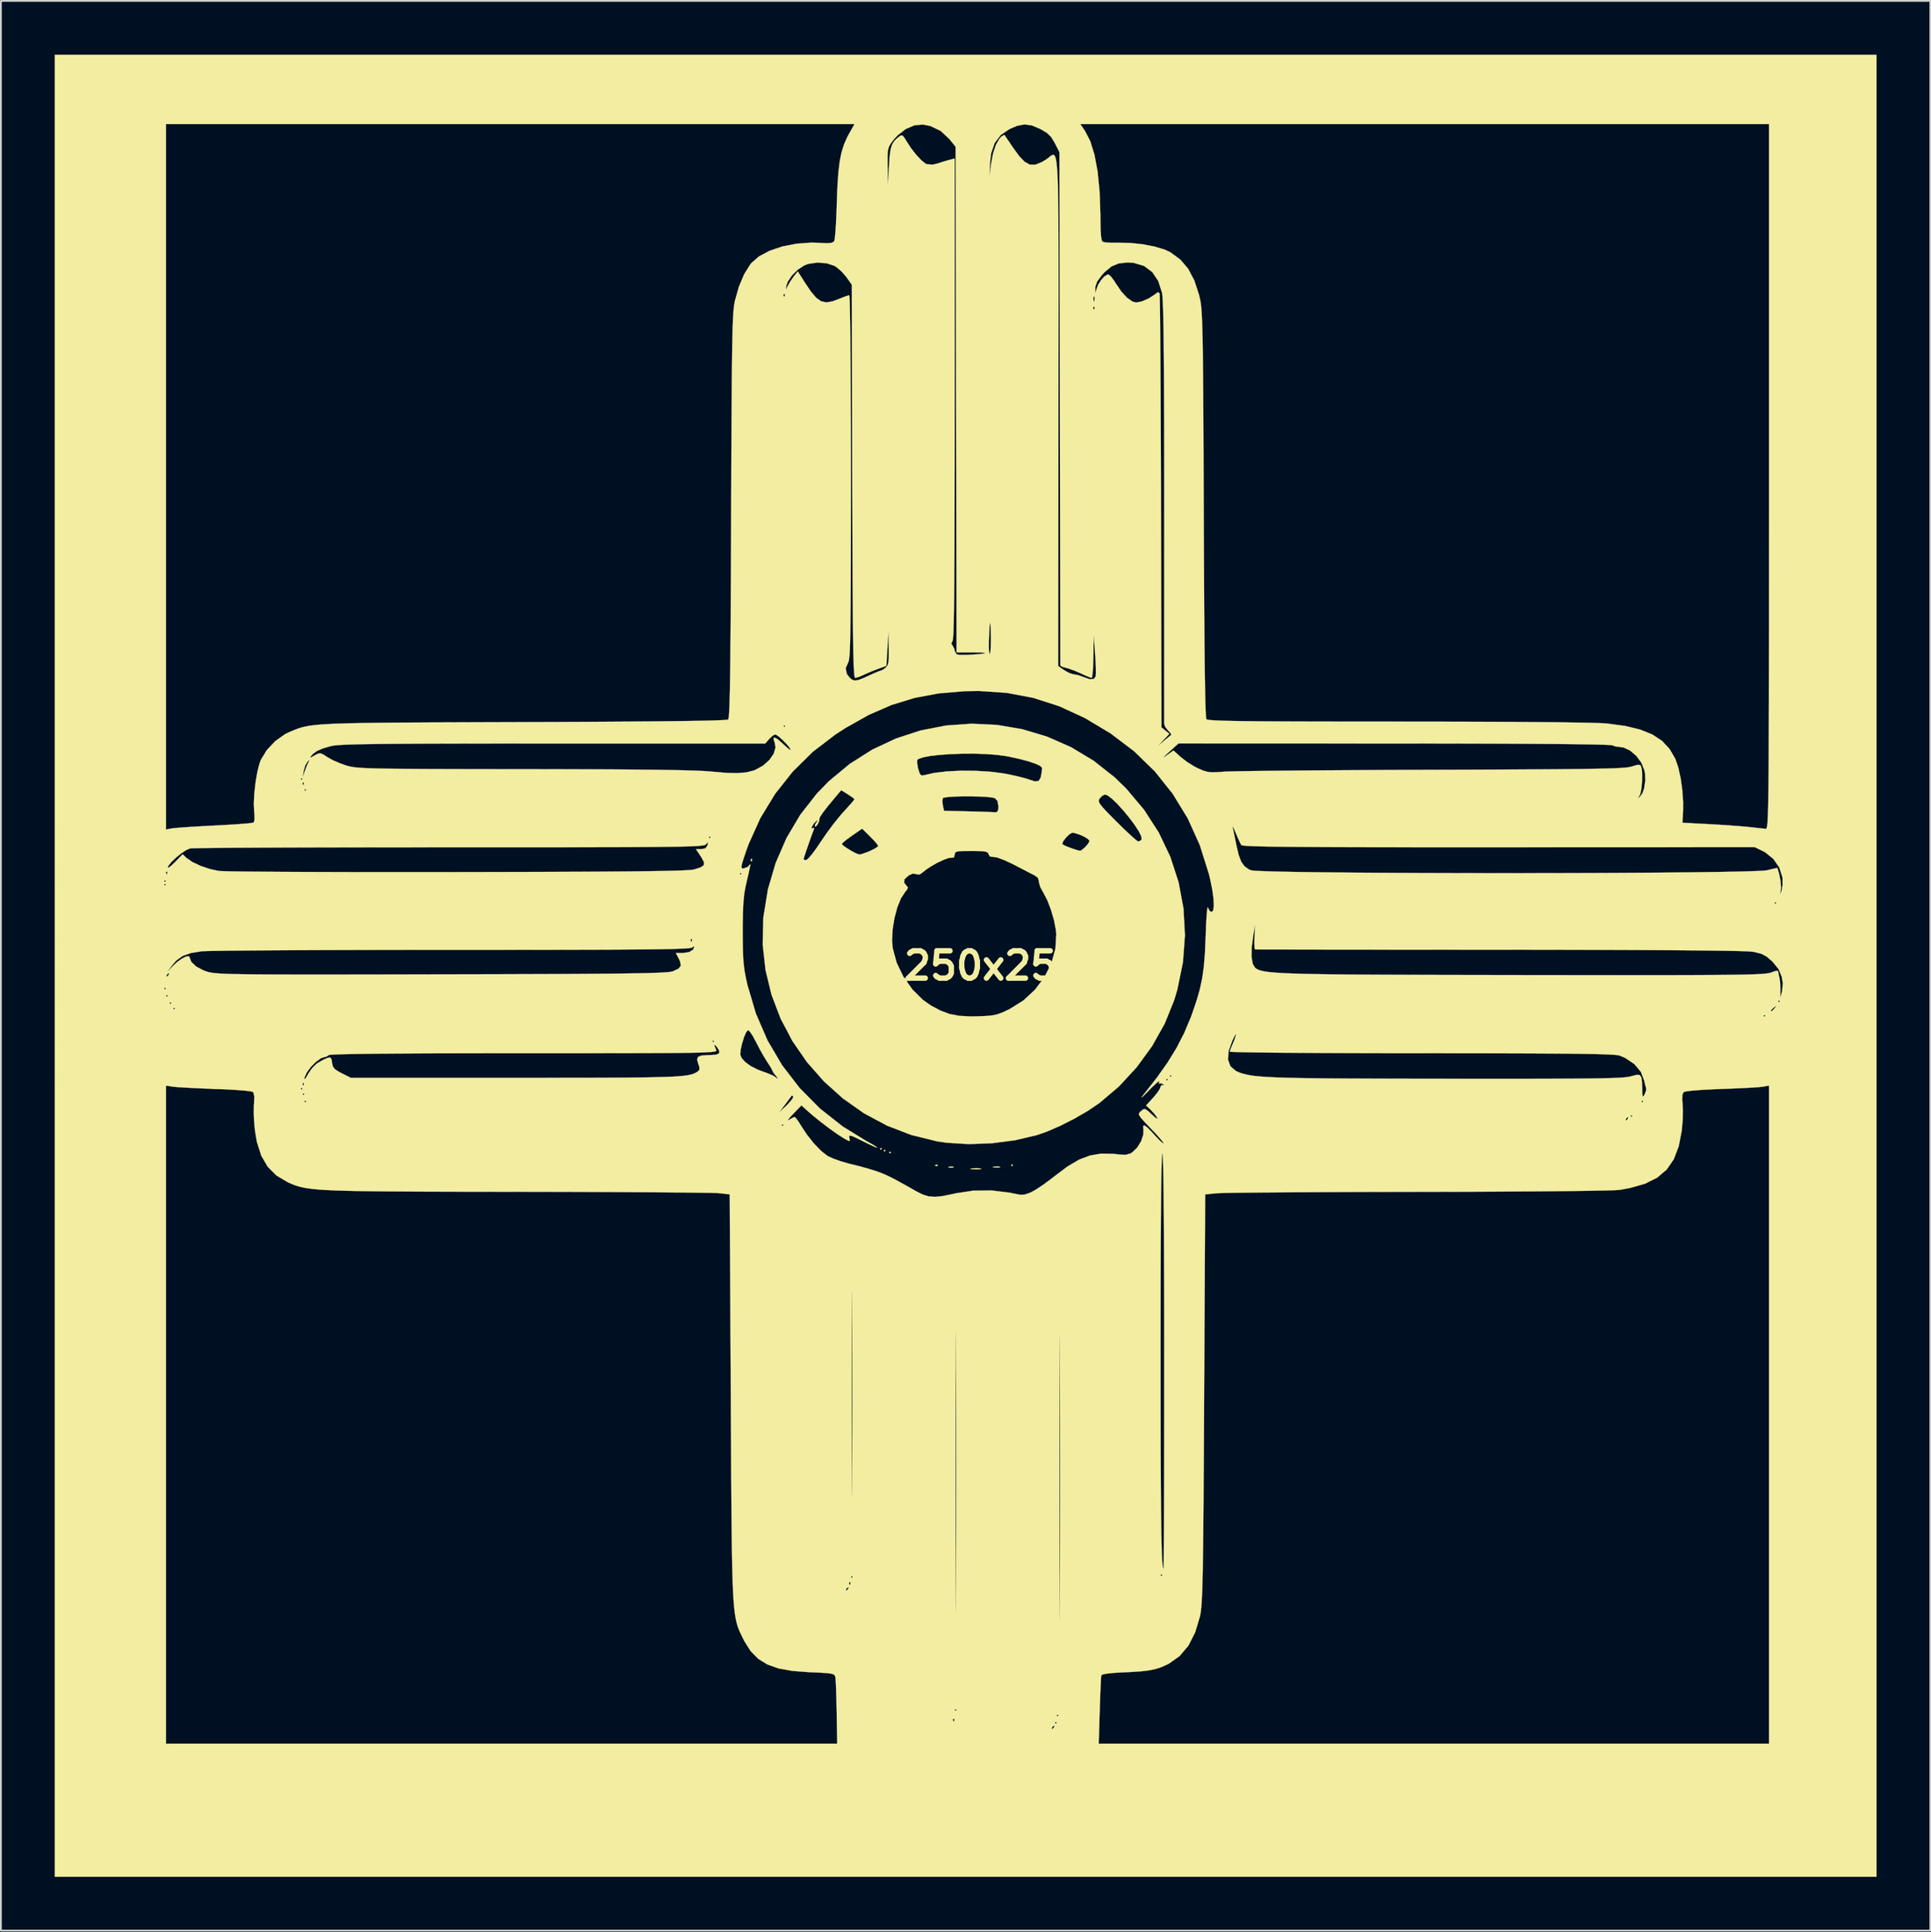
<source format=kicad_pcb>
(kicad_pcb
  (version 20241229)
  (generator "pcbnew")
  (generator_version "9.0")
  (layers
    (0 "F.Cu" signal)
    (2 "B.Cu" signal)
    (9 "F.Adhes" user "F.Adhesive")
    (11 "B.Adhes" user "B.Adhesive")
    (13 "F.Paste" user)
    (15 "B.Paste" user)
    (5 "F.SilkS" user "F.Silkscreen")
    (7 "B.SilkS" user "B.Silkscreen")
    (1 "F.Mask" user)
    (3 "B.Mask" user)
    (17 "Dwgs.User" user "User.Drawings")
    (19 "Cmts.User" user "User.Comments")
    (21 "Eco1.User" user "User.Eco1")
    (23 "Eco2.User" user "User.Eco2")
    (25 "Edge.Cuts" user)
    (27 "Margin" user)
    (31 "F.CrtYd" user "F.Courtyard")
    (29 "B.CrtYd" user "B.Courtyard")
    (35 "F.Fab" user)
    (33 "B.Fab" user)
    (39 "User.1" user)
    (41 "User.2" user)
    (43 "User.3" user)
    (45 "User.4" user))
  (footprint "dczia_250x250_77"
    (layer "F.Cu")
    (at 50.805 50.805)
    (property "Reference" "dczia_250x250_77" (at 0 0 0) (layer "F.SilkS") (effects (font (size 1.524 1.524) (thickness 0.3))))
    (attr through_hole)
    (fp_poly (pts (xy -4.674 10.211) (xy -4.724 10.262) (xy -4.775 10.211) (xy -4.724 10.16) (xy -4.674 10.211)) (stroke (width 0.01) (type solid)) (fill yes) (layer "F.SilkS"))
    (fp_poly (pts (xy -4.47 10.312) (xy -4.521 10.363) (xy -4.572 10.312) (xy -4.521 10.262) (xy -4.47 10.312)) (stroke (width 0.01) (type solid)) (fill yes) (layer "F.SilkS"))
    (fp_poly (pts (xy -4.166 10.414) (xy -4.216 10.465) (xy -4.267 10.414) (xy -4.216 10.363) (xy -4.166 10.414)) (stroke (width 0.01) (type solid)) (fill yes) (layer "F.SilkS"))
    (fp_poly (pts (xy 2.642 11.125) (xy 2.591 11.176) (xy 2.54 11.125) (xy 2.591 11.074) (xy 2.642 11.125)) (stroke (width 0.01) (type solid)) (fill yes) (layer "F.SilkS"))
    (fp_poly (pts (xy -11.921 -5.961) (xy -11.909 -5.84) (xy -11.921 -5.825) (xy -11.981 -5.839) (xy -11.989 -5.893) (xy -11.952 -5.976) (xy -11.921 -5.961)) (stroke (width 0.01) (type solid)) (fill yes) (layer "F.SilkS"))
    (fp_poly (pts (xy -1.558 11.108) (xy -1.572 11.169) (xy -1.626 11.176) (xy -1.709 11.139) (xy -1.693 11.108) (xy -1.573 11.096) (xy -1.558 11.108)) (stroke (width 0.01) (type solid)) (fill yes) (layer "F.SilkS"))
    (fp_poly (pts (xy -0.686 11.21) (xy -0.673 11.247) (xy -0.813 11.262) (xy -0.957 11.246) (xy -0.94 11.21) (xy -0.732 11.197) (xy -0.686 11.21)) (stroke (width 0.01) (type solid)) (fill yes) (layer "F.SilkS"))
    (fp_poly (pts (xy 0.84 11.308) (xy 0.88 11.331) (xy 0.747 11.347) (xy 0.559 11.35) (xy 0.328 11.343) (xy 0.261 11.324) (xy 0.332 11.306) (xy 0.632 11.29) (xy 0.84 11.308)) (stroke (width 0.01) (type solid)) (fill yes) (layer "F.SilkS"))
    (fp_poly (pts (xy 1.905 11.208) (xy 1.937 11.237) (xy 1.796 11.253) (xy 1.727 11.254) (xy 1.542 11.243) (xy 1.521 11.217) (xy 1.549 11.208) (xy 1.807 11.192) (xy 1.905 11.208)) (stroke (width 0.01) (type solid)) (fill yes) (layer "F.SilkS"))
    (fp_poly (pts (xy 1.752 -13.431) (xy 3.163 -13.19) (xy 4.539 -12.779) (xy 5.865 -12.196) (xy 7.123 -11.444) (xy 8.295 -10.522) (xy 8.947 -9.891) (xy 9.95 -8.701) (xy 10.775 -7.422) (xy 11.419 -6.068) (xy 11.879 -4.652) (xy 12.151 -3.191) (xy 12.232 -1.697) (xy 12.119 -0.187) (xy 11.809 1.327) (xy 11.626 1.938) (xy 11.103 3.229) (xy 10.401 4.48) (xy 9.543 5.657) (xy 8.554 6.728) (xy 7.468 7.651) (xy 6.822 8.088) (xy 6.073 8.523) (xy 5.286 8.922) (xy 4.529 9.251) (xy 3.968 9.446) (xy 2.757 9.731) (xy 1.471 9.899) (xy 0.176 9.947) (xy -1.06 9.87) (xy -1.575 9.795) (xy -3.019 9.442) (xy -4.386 8.916) (xy -5.663 8.232) (xy -6.84 7.404) (xy -7.905 6.447) (xy -8.848 5.376) (xy -9.656 4.206) (xy -10.318 2.95) (xy -10.824 1.623) (xy -11.161 0.24) (xy -11.318 -1.184) (xy -11.313 -1.402) (xy -4.102 -1.402) (xy -4.065 -0.974) (xy -3.846 -0.168) (xy -3.47 0.613) (xy -2.968 1.322) (xy -2.373 1.911) (xy -1.935 2.217) (xy -1.391 2.505) (xy -0.89 2.692) (xy -0.363 2.793) (xy 0.259 2.825) (xy 0.617 2.821) (xy 1.115 2.803) (xy 1.476 2.77) (xy 1.766 2.709) (xy 2.053 2.604) (xy 2.402 2.44) (xy 2.46 2.412) (xy 3.217 1.939) (xy 3.868 1.337) (xy 4.395 0.635) (xy 4.781 -0.135) (xy 5.007 -0.943) (xy 5.056 -1.758) (xy 5.035 -1.981) (xy 4.93 -2.534) (xy 4.76 -3.12) (xy 4.552 -3.662) (xy 4.332 -4.084) (xy 4.313 -4.113) (xy 4.163 -4.39) (xy 4.092 -4.639) (xy 4.091 -4.694) (xy 4.032 -4.906) (xy 3.835 -5.047) (xy 3.526 -5.202) (xy 3.277 -5.333) (xy 2.632 -5.668) (xy 2.118 -5.906) (xy 1.749 -6.041) (xy 1.535 -6.069) (xy 1.53 -6.068) (xy 1.351 -6.095) (xy 1.288 -6.209) (xy 1.243 -6.301) (xy 1.139 -6.358) (xy 0.935 -6.388) (xy 0.592 -6.4) (xy 0.314 -6.401) (xy -0.122 -6.398) (xy -0.394 -6.383) (xy -0.54 -6.347) (xy -0.599 -6.281) (xy -0.61 -6.187) (xy -0.656 -6.03) (xy -0.756 -6.029) (xy -0.929 -6.014) (xy -1.216 -5.913) (xy -1.561 -5.752) (xy -1.91 -5.558) (xy -2.209 -5.359) (xy -2.337 -5.252) (xy -2.551 -5.093) (xy -2.718 -5.092) (xy -2.751 -5.11) (xy -2.948 -5.142) (xy -3.183 -5.031) (xy -3.408 -4.826) (xy -3.431 -4.63) (xy -3.306 -4.474) (xy -3.219 -4.364) (xy -3.271 -4.237) (xy -3.357 -4.138) (xy -3.601 -3.77) (xy -3.81 -3.256) (xy -3.972 -2.653) (xy -4.073 -2.016) (xy -4.102 -1.402) (xy -11.313 -1.402) (xy -11.285 -2.635) (xy -11.276 -2.729) (xy -11.027 -4.259) (xy -10.595 -5.731) (xy -10.507 -5.934) (xy -9.042 -5.934) (xy -8.96 -5.897) (xy -8.892 -5.893) (xy -8.781 -5.974) (xy -8.59 -6.194) (xy -8.346 -6.519) (xy -8.161 -6.792) (xy -6.908 -6.792) (xy -6.828 -6.704) (xy -6.63 -6.563) (xy -6.375 -6.408) (xy -6.128 -6.276) (xy -5.951 -6.205) (xy -5.927 -6.202) (xy -5.77 -6.237) (xy -5.503 -6.331) (xy -5.342 -6.397) (xy -5.075 -6.527) (xy -4.906 -6.639) (xy -4.877 -6.681) (xy -4.944 -6.791) (xy -4.949 -6.797) (xy 5.385 -6.797) (xy 5.471 -6.731) (xy 5.686 -6.633) (xy 5.964 -6.529) (xy 6.238 -6.443) (xy 6.394 -6.408) (xy 6.491 -6.465) (xy 6.664 -6.613) (xy 6.674 -6.622) (xy 6.839 -6.813) (xy 6.909 -6.965) (xy 6.909 -6.966) (xy 6.823 -7.07) (xy 6.61 -7.198) (xy 6.338 -7.319) (xy 6.076 -7.4) (xy 5.949 -7.417) (xy 5.8 -7.342) (xy 5.612 -7.165) (xy 5.452 -6.958) (xy 5.385 -6.797) (xy -4.949 -6.797) (xy -5.119 -6.993) (xy -5.325 -7.205) (xy -5.773 -7.645) (xy -6.34 -7.251) (xy -6.625 -7.045) (xy -6.828 -6.88) (xy -6.908 -6.792) (xy -6.908 -6.792) (xy -8.161 -6.792) (xy -8.084 -6.907) (xy -7.75 -7.395) (xy -7.376 -7.899) (xy -7.016 -8.347) (xy -6.812 -8.58) (xy -6.538 -8.879) (xy -6.328 -9.118) (xy -6.279 -9.178) (xy -1.298 -9.178) (xy -1.27 -8.941) (xy -1.204 -8.642) (xy 0.134 -8.61) (xy 0.649 -8.597) (xy 1.101 -8.583) (xy 1.445 -8.569) (xy 1.638 -8.558) (xy 1.651 -8.557) (xy 1.774 -8.586) (xy 1.824 -8.748) (xy 1.829 -8.886) (xy 1.783 -9.152) (xy 7.428 -9.152) (xy 7.489 -9.026) (xy 7.632 -8.845) (xy 7.877 -8.581) (xy 8.241 -8.21) (xy 8.416 -8.034) (xy 8.802 -7.653) (xy 9.146 -7.328) (xy 9.418 -7.084) (xy 9.591 -6.948) (xy 9.63 -6.928) (xy 9.776 -6.99) (xy 9.816 -7.056) (xy 9.791 -7.232) (xy 9.648 -7.515) (xy 9.416 -7.869) (xy 9.124 -8.26) (xy 8.8 -8.653) (xy 8.472 -9.014) (xy 8.17 -9.306) (xy 7.921 -9.496) (xy 7.776 -9.55) (xy 7.612 -9.474) (xy 7.482 -9.336) (xy 7.432 -9.247) (xy 7.428 -9.152) (xy 1.783 -9.152) (xy 1.775 -9.193) (xy 1.632 -9.344) (xy 1.455 -9.386) (xy 1.135 -9.418) (xy 0.717 -9.438) (xy 0.249 -9.447) (xy -0.226 -9.445) (xy -0.66 -9.431) (xy -1.008 -9.406) (xy -1.225 -9.37) (xy -1.272 -9.345) (xy -1.298 -9.178) (xy -6.279 -9.178) (xy -6.211 -9.262) (xy -6.198 -9.286) (xy -6.276 -9.361) (xy -6.472 -9.498) (xy -6.568 -9.56) (xy -6.939 -9.789) (xy -7.203 -9.477) (xy -7.65 -8.94) (xy -7.956 -8.547) (xy -8.121 -8.298) (xy -8.152 -8.202) (xy -8.169 -8.064) (xy -8.249 -7.894) (xy -8.347 -7.771) (xy -8.405 -7.761) (xy -8.395 -7.874) (xy -8.32 -7.993) (xy -8.247 -8.106) (xy -8.305 -8.091) (xy -8.453 -7.944) (xy -8.544 -7.805) (xy -8.607 -7.661) (xy -8.553 -7.66) (xy -8.527 -7.675) (xy -8.445 -7.694) (xy -8.479 -7.56) (xy -8.554 -7.366) (xy -8.661 -7.067) (xy -8.783 -6.721) (xy -8.9 -6.382) (xy -8.992 -6.106) (xy -9.039 -5.949) (xy -9.042 -5.934) (xy -10.507 -5.934) (xy -9.989 -7.126) (xy -9.219 -8.424) (xy -8.294 -9.607) (xy -7.631 -10.288) (xy -6.463 -11.257) (xy -6.35 -11.328) (xy -2.706 -11.328) (xy -2.665 -11.069) (xy -2.641 -10.97) (xy -2.557 -10.712) (xy -2.466 -10.61) (xy -2.325 -10.622) (xy -2.306 -10.628) (xy -1.754 -10.754) (xy -1.057 -10.837) (xy -0.266 -10.877) (xy 0.563 -10.871) (xy 1.38 -10.821) (xy 2.13 -10.725) (xy 2.388 -10.676) (xy 2.826 -10.579) (xy 3.214 -10.483) (xy 3.49 -10.403) (xy 3.556 -10.379) (xy 3.877 -10.278) (xy 4.073 -10.309) (xy 4.181 -10.485) (xy 4.204 -10.579) (xy 4.249 -10.846) (xy 4.267 -11.032) (xy 4.172 -11.136) (xy 3.908 -11.262) (xy 3.508 -11.397) (xy 3.003 -11.533) (xy 2.426 -11.658) (xy 2.235 -11.694) (xy 1.721 -11.762) (xy 1.12 -11.806) (xy 0.468 -11.826) (xy -0.202 -11.823) (xy -0.856 -11.8) (xy -1.461 -11.757) (xy -1.981 -11.697) (xy -2.384 -11.62) (xy -2.636 -11.529) (xy -2.695 -11.476) (xy -2.706 -11.328) (xy -6.35 -11.328) (xy -5.209 -12.052) (xy -3.886 -12.673) (xy -2.511 -13.121) (xy -1.102 -13.396) (xy 0.325 -13.499) (xy 1.752 -13.431)) (stroke (width 0.01) (type solid)) (fill yes) (layer "F.SilkS"))
    (fp_poly (pts (xy 50.8 50.8) (xy -50.8 50.8) (xy -50.8 43.383) (xy -44.602 43.383) (xy -25.883 43.383) (xy -7.163 43.383) (xy -7.163 43.383) (xy 7.424 43.383) (xy 44.806 43.383) (xy 44.806 6.683) (xy 44.475 6.744) (xy 44.272 6.767) (xy 43.903 6.793) (xy 43.408 6.82) (xy 42.823 6.846) (xy 42.187 6.87) (xy 42.164 6.87) (xy 41.543 6.896) (xy 40.988 6.927) (xy 40.533 6.963) (xy 40.212 7) (xy 40.057 7.036) (xy 40.052 7.039) (xy 39.978 7.181) (xy 39.965 7.462) (xy 39.988 7.722) (xy 40.005 8.103) (xy 39.992 8.592) (xy 39.951 9.097) (xy 39.938 9.206) (xy 39.769 10.076) (xy 39.495 10.792) (xy 39.099 11.368) (xy 38.568 11.818) (xy 37.886 12.157) (xy 37.039 12.398) (xy 36.474 12.498) (xy 36.275 12.512) (xy 35.886 12.526) (xy 35.318 12.539) (xy 34.586 12.552) (xy 33.7 12.563) (xy 32.675 12.574) (xy 31.523 12.583) (xy 30.256 12.591) (xy 28.888 12.598) (xy 27.43 12.604) (xy 25.896 12.607) (xy 25.248 12.608) (xy 23.785 12.611) (xy 22.369 12.614) (xy 21.016 12.619) (xy 19.738 12.625) (xy 18.552 12.631) (xy 17.471 12.638) (xy 16.509 12.645) (xy 15.682 12.653) (xy 15.004 12.662) (xy 14.488 12.671) (xy 14.15 12.68) (xy 14.021 12.686) (xy 13.36 12.751) (xy 13.301 24.13) (xy 13.292 25.917) (xy 13.283 27.513) (xy 13.274 28.929) (xy 13.265 30.177) (xy 13.255 31.268) (xy 13.246 32.214) (xy 13.235 33.027) (xy 13.224 33.718) (xy 13.212 34.299) (xy 13.198 34.781) (xy 13.182 35.177) (xy 13.165 35.498) (xy 13.146 35.756) (xy 13.125 35.961) (xy 13.101 36.127) (xy 13.074 36.264) (xy 13.073 36.269) (xy 12.802 37.175) (xy 12.425 37.914) (xy 11.935 38.494) (xy 11.324 38.927) (xy 10.914 39.113) (xy 10.588 39.219) (xy 10.228 39.295) (xy 9.784 39.348) (xy 9.204 39.385) (xy 8.957 39.396) (xy 8.356 39.428) (xy 7.913 39.47) (xy 7.646 39.519) (xy 7.569 39.563) (xy 7.555 39.696) (xy 7.538 39.998) (xy 7.518 40.434) (xy 7.498 40.97) (xy 7.479 41.529) (xy 7.424 43.383) (xy -7.163 43.383) (xy -7.176 42.564) (xy 4.8 42.564) (xy 4.814 42.57) (xy 4.907 42.499) (xy 4.928 42.469) (xy 4.953 42.374) (xy 4.94 42.367) (xy 4.847 42.439) (xy 4.826 42.469) (xy 4.8 42.564) (xy -7.176 42.564) (xy -7.182 42.215) (xy 4.978 42.215) (xy 5.029 42.266) (xy 5.08 42.215) (xy 5.029 42.164) (xy 4.978 42.215) (xy -7.182 42.215) (xy -7.184 42.062) (xy -0.711 42.062) (xy -0.674 42.146) (xy -0.643 42.13) (xy -0.631 42.01) (xy -0.643 41.995) (xy -0.704 42.009) (xy -0.711 42.062) (xy -7.184 42.062) (xy -7.189 41.808) (xy 5.08 41.808) (xy 5.131 41.859) (xy 5.182 41.808) (xy 5.131 41.758) (xy 5.08 41.808) (xy -7.189 41.808) (xy -7.191 41.631) (xy -7.194 41.504) (xy -0.61 41.504) (xy -0.559 41.554) (xy -0.508 41.504) (xy -0.559 41.453) (xy -0.61 41.504) (xy -7.194 41.504) (xy -7.204 41.04) (xy -7.219 40.508) (xy -7.236 40.074) (xy -7.253 39.776) (xy -7.266 39.664) (xy -7.296 39.578) (xy -7.365 39.516) (xy -7.505 39.474) (xy -7.75 39.444) (xy -8.131 39.42) (xy -8.681 39.397) (xy -8.711 39.396) (xy -9.656 39.325) (xy -10.432 39.185) (xy -11.062 38.963) (xy -11.573 38.645) (xy -11.988 38.221) (xy -12.333 37.677) (xy -12.392 37.562) (xy -12.488 37.367) (xy -12.574 37.187) (xy -12.65 37.01) (xy -12.718 36.824) (xy -12.777 36.617) (xy -12.829 36.378) (xy -12.874 36.095) (xy -12.913 35.755) (xy -12.945 35.348) (xy -12.973 34.861) (xy -12.974 34.842) (xy -6.681 34.842) (xy -6.667 34.849) (xy -6.574 34.777) (xy -6.553 34.747) (xy -6.527 34.652) (xy -6.541 34.646) (xy -6.634 34.717) (xy -6.655 34.747) (xy -6.681 34.842) (xy -12.974 34.842) (xy -12.99 34.442) (xy -6.502 34.442) (xy -6.465 34.526) (xy -6.435 34.51) (xy -6.423 34.39) (xy -6.435 34.375) (xy -6.495 34.389) (xy -6.502 34.442) (xy -12.99 34.442) (xy -12.996 34.282) (xy -13.002 34.087) (xy -6.401 34.087) (xy -6.35 34.138) (xy -6.299 34.087) (xy -6.35 34.036) (xy -6.401 34.087) (xy -13.002 34.087) (xy -13.015 33.6) (xy -13.031 32.803) (xy -13.045 31.879) (xy -13.056 30.816) (xy -13.066 29.603) (xy -13.075 28.227) (xy -13.083 26.678) (xy -13.093 24.942) (xy -13.097 24.079) (xy -13.098 23.876) (xy -6.352 23.876) (xy -6.352 25.118) (xy -6.351 26.222) (xy -6.35 27.182) (xy -6.348 27.992) (xy -6.346 28.645) (xy -6.344 29.136) (xy -6.341 29.458) (xy -6.338 29.606) (xy -6.335 29.573) (xy -6.331 29.353) (xy -6.327 28.941) (xy -6.325 28.524) (xy -6.323 28.245) (xy -0.56 28.245) (xy -0.56 29.711) (xy -0.56 31.041) (xy -0.559 32.227) (xy -0.557 33.266) (xy -0.556 34.153) (xy -0.554 34.881) (xy -0.552 35.446) (xy -0.55 35.843) (xy -0.547 36.066) (xy -0.545 36.111) (xy -0.542 35.971) (xy -0.539 35.643) (xy -0.536 35.12) (xy -0.533 34.62) (xy -0.529 33.231) (xy -0.525 31.689) (xy -0.523 30.043) (xy -0.522 28.55) (xy 5.231 28.55) (xy 5.231 30.022) (xy 5.232 31.358) (xy 5.232 32.55) (xy 5.234 33.596) (xy 5.235 34.488) (xy 5.237 35.223) (xy 5.239 35.795) (xy 5.241 36.198) (xy 5.244 36.428) (xy 5.246 36.48) (xy 5.249 36.348) (xy 5.252 36.027) (xy 5.255 35.512) (xy 5.258 34.976) (xy 5.261 33.985) (xy 10.871 33.985) (xy 10.922 34.036) (xy 10.973 33.985) (xy 10.922 33.934) (xy 10.871 33.985) (xy 5.261 33.985) (xy 5.263 33.581) (xy 5.266 32.034) (xy 5.268 30.383) (xy 5.269 28.678) (xy 5.268 26.969) (xy 5.266 25.307) (xy 5.263 23.741) (xy 5.259 22.32) (xy 5.258 22.123) (xy 5.255 21.454) (xy 5.254 21.361) (xy 10.872 21.361) (xy 10.873 23.271) (xy 10.874 24.986) (xy 10.877 26.516) (xy 10.882 27.869) (xy 10.888 29.054) (xy 10.895 30.08) (xy 10.905 30.956) (xy 10.916 31.691) (xy 10.929 32.293) (xy 10.944 32.771) (xy 10.961 33.135) (xy 10.981 33.392) (xy 11.003 33.552) (xy 11.028 33.624) (xy 11.038 33.63) (xy 11.043 33.53) (xy 11.048 33.24) (xy 11.052 32.773) (xy 11.056 32.14) (xy 11.06 31.355) (xy 11.063 30.431) (xy 11.066 29.379) (xy 11.069 28.214) (xy 11.071 26.948) (xy 11.073 25.593) (xy 11.074 24.162) (xy 11.074 22.668) (xy 11.074 22.047) (xy 11.074 20.012) (xy 11.071 18.17) (xy 11.066 16.523) (xy 11.06 15.071) (xy 11.052 13.817) (xy 11.043 12.759) (xy 11.031 11.9) (xy 11.018 11.241) (xy 11.003 10.782) (xy 10.987 10.525) (xy 10.973 10.465) (xy 10.954 10.566) (xy 10.938 10.87) (xy 10.923 11.374) (xy 10.91 12.079) (xy 10.899 12.983) (xy 10.89 14.084) (xy 10.883 15.382) (xy 10.877 16.876) (xy 10.874 18.565) (xy 10.872 20.448) (xy 10.872 21.361) (xy 5.254 21.361) (xy 5.252 20.983) (xy 5.249 20.705) (xy 5.246 20.615) (xy 5.243 20.707) (xy 5.241 20.977) (xy 5.239 21.418) (xy 5.237 22.027) (xy 5.235 22.798) (xy 5.233 23.725) (xy 5.232 24.804) (xy 5.231 26.03) (xy 5.231 27.397) (xy 5.231 28.55) (xy -0.522 28.55) (xy -0.522 28.345) (xy -0.523 26.644) (xy -0.525 24.989) (xy -0.528 23.432) (xy -0.533 22.023) (xy -0.533 21.869) (xy -0.537 21.203) (xy -0.54 20.735) (xy -0.543 20.46) (xy -0.545 20.373) (xy -0.548 20.468) (xy -0.551 20.74) (xy -0.553 21.185) (xy -0.555 21.796) (xy -0.556 22.569) (xy -0.558 23.499) (xy -0.559 24.579) (xy -0.56 25.807) (xy -0.56 27.175) (xy -0.56 28.245) (xy -6.323 28.245) (xy -6.319 27.326) (xy -6.315 25.983) (xy -6.313 24.554) (xy -6.314 23.098) (xy -6.316 21.673) (xy -6.319 20.338) (xy -6.325 19.228) (xy -6.328 18.674) (xy -6.332 18.317) (xy -6.336 18.151) (xy -6.339 18.17) (xy -6.342 18.368) (xy -6.344 18.739) (xy -6.347 19.277) (xy -6.349 19.975) (xy -6.35 20.828) (xy -6.351 21.829) (xy -6.352 22.974) (xy -6.352 23.876) (xy -13.098 23.876) (xy -13.157 12.751) (xy -13.716 12.685) (xy -13.893 12.675) (xy -14.259 12.666) (xy -14.8 12.658) (xy -15.501 12.649) (xy -16.349 12.641) (xy -17.329 12.633) (xy -18.428 12.627) (xy -19.63 12.62) (xy -20.922 12.615) (xy -22.29 12.61) (xy -23.719 12.607) (xy -24.994 12.605) (xy -26.782 12.602) (xy -28.379 12.6) (xy -29.798 12.596) (xy -31.049 12.591) (xy -32.145 12.584) (xy -33.098 12.575) (xy -33.92 12.562) (xy -34.623 12.547) (xy -35.219 12.527) (xy -35.721 12.503) (xy -36.139 12.474) (xy -36.487 12.44) (xy -36.776 12.4) (xy -37.018 12.353) (xy -37.226 12.299) (xy -37.411 12.238) (xy -37.585 12.169) (xy -37.761 12.092) (xy -37.818 12.066) (xy -38.44 11.695) (xy -38.926 11.208) (xy -39.285 10.587) (xy -39.53 9.817) (xy -39.638 9.181) (xy -39.664 8.89) (xy -10.262 8.89) (xy -10.211 8.941) (xy -10.16 8.89) (xy -10.211 8.839) (xy -10.262 8.89) (xy -39.664 8.89) (xy -39.683 8.687) (xy -39.703 8.188) (xy -39.703 8.179) (xy -10.399 8.179) (xy -9.979 7.781) (xy -9.761 7.551) (xy -9.632 7.369) (xy -9.616 7.292) (xy -9.685 7.227) (xy -9.693 7.232) (xy -9.761 7.325) (xy -9.913 7.529) (xy -10.057 7.722) (xy -10.399 8.179) (xy -39.703 8.179) (xy -39.695 7.777) (xy -39.689 7.706) (xy -39.682 7.569) (xy -36.881 7.569) (xy -36.83 7.62) (xy -36.779 7.569) (xy -36.83 7.518) (xy -36.881 7.569) (xy -39.682 7.569) (xy -39.67 7.305) (xy -39.7 7.163) (xy -36.982 7.163) (xy -36.932 7.214) (xy -36.881 7.163) (xy -36.932 7.112) (xy -36.982 7.163) (xy -39.7 7.163) (xy -39.717 7.078) (xy -39.754 7.034) (xy -39.89 7) (xy -40.196 6.964) (xy -40.638 6.929) (xy -41.183 6.897) (xy -41.798 6.871) (xy -41.859 6.869) (xy -42.146 6.858) (xy -37.084 6.858) (xy -37.033 6.909) (xy -36.982 6.858) (xy -37.033 6.807) (xy -37.084 6.858) (xy -42.146 6.858) (xy -42.501 6.845) (xy -43.096 6.818) (xy -43.607 6.791) (xy -43.995 6.766) (xy -44.219 6.743) (xy -44.221 6.743) (xy -44.602 6.683) (xy -44.602 43.383) (xy -50.8 43.383) (xy -50.8 6.604) (xy -36.982 6.604) (xy -36.945 6.688) (xy -36.915 6.672) (xy -36.903 6.551) (xy -36.915 6.536) (xy -36.975 6.55) (xy -36.982 6.604) (xy -50.8 6.604) (xy -50.8 6.311) (xy -36.881 6.311) (xy -36.842 6.316) (xy -36.745 6.171) (xy -36.677 6.045) (xy -36.468 5.733) (xy -36.205 5.47) (xy -36.142 5.424) (xy -35.863 5.263) (xy -35.616 5.149) (xy -35.59 5.14) (xy -35.437 5.119) (xy -35.365 5.22) (xy -35.338 5.406) (xy -35.293 5.616) (xy -35.174 5.771) (xy -34.933 5.925) (xy -34.798 5.994) (xy -34.29 6.248) (xy -25.095 6.248) (xy -23.48 6.248) (xy -22.055 6.247) (xy -20.808 6.245) (xy -19.725 6.241) (xy -18.795 6.236) (xy -18.005 6.227) (xy -17.34 6.216) (xy -16.79 6.201) (xy -16.341 6.183) (xy -15.98 6.16) (xy -15.695 6.133) (xy -15.473 6.1) (xy -15.301 6.062) (xy -15.166 6.018) (xy -15.055 5.968) (xy -14.957 5.91) (xy -14.937 5.897) (xy -14.845 5.797) (xy -14.854 5.635) (xy -14.91 5.471) (xy -14.974 5.233) (xy -14.928 5.086) (xy -14.745 5.009) (xy -14.396 4.982) (xy -14.249 4.98) (xy -13.902 4.957) (xy -13.879 4.946) (xy -12.57 4.946) (xy -12.495 5.142) (xy -12.303 5.36) (xy -11.995 5.589) (xy -11.567 5.803) (xy -11.33 5.892) (xy -10.99 6.016) (xy -10.732 6.128) (xy -10.612 6.206) (xy -10.51 6.297) (xy -10.494 6.299) (xy -10.505 6.237) (xy -10.601 6.113) (xy -10.731 5.948) (xy -10.77 5.864) (xy -10.822 5.751) (xy -10.956 5.529) (xy -11.064 5.364) (xy -11.263 5.042) (xy -11.495 4.629) (xy -11.695 4.241) (xy -11.87 3.917) (xy -12.023 3.685) (xy -12.127 3.588) (xy -12.138 3.588) (xy -12.242 3.71) (xy -12.36 3.983) (xy -12.474 4.359) (xy -12.549 4.694) (xy -12.57 4.946) (xy -13.879 4.946) (xy -13.739 4.878) (xy -13.746 4.726) (xy -13.872 4.527) (xy -13.989 4.404) (xy -14.015 4.444) (xy -13.945 4.624) (xy -13.916 4.68) (xy -13.902 4.711) (xy -13.905 4.739) (xy -13.936 4.764) (xy -14.005 4.785) (xy -14.124 4.803) (xy -14.304 4.819) (xy -14.557 4.833) (xy -14.893 4.844) (xy -15.325 4.853) (xy -15.862 4.86) (xy -16.517 4.866) (xy -17.301 4.87) (xy -18.225 4.873) (xy -19.3 4.875) (xy -20.538 4.876) (xy -21.949 4.877) (xy -23.545 4.877) (xy -24.628 4.877) (xy -26.575 4.878) (xy -28.335 4.881) (xy -29.907 4.885) (xy -31.288 4.892) (xy -32.477 4.9) (xy -33.473 4.911) (xy -34.273 4.923) (xy -34.876 4.937) (xy -35.28 4.953) (xy -35.484 4.97) (xy -35.509 4.978) (xy -35.656 5.071) (xy -35.723 5.08) (xy -35.964 5.161) (xy -36.249 5.371) (xy -36.529 5.655) (xy -36.753 5.962) (xy -36.873 6.239) (xy -36.881 6.311) (xy -50.8 6.311) (xy -50.8 4.216) (xy -14.122 4.216) (xy -14.072 4.267) (xy -14.021 4.216) (xy -14.072 4.166) (xy -14.122 4.216) (xy -50.8 4.216) (xy -50.8 2.388) (xy -44.196 2.388) (xy -44.145 2.438) (xy -44.094 2.388) (xy -44.145 2.337) (xy -44.196 2.388) (xy -50.8 2.388) (xy -50.8 2.083) (xy -44.399 2.083) (xy -44.348 2.134) (xy -44.298 2.083) (xy -44.348 2.032) (xy -44.399 2.083) (xy -50.8 2.083) (xy -50.8 1.676) (xy -44.602 1.676) (xy -44.552 1.727) (xy -44.501 1.676) (xy -44.552 1.626) (xy -44.602 1.676) (xy -50.8 1.676) (xy -50.8 1.27) (xy -44.704 1.27) (xy -44.653 1.321) (xy -44.602 1.27) (xy -44.653 1.219) (xy -44.704 1.27) (xy -50.8 1.27) (xy -50.8 0.603) (xy -44.577 0.603) (xy -44.564 0.61) (xy -44.471 0.538) (xy -44.45 0.508) (xy -44.424 0.413) (xy -44.438 0.406) (xy -44.531 0.478) (xy -44.552 0.508) (xy -44.577 0.603) (xy -50.8 0.603) (xy -50.8 0.356) (xy -44.527 0.356) (xy -44.234 0.035) (xy -43.981 -0.204) (xy -43.717 -0.394) (xy -43.484 -0.512) (xy -43.326 -0.535) (xy -43.282 -0.471) (xy -43.185 -0.213) (xy -42.917 0.039) (xy -42.508 0.257) (xy -42.365 0.31) (xy -42.277 0.339) (xy -42.179 0.365) (xy -42.061 0.387) (xy -41.911 0.407) (xy -41.718 0.425) (xy -41.471 0.44) (xy -41.16 0.453) (xy -40.772 0.463) (xy -40.298 0.472) (xy -39.726 0.478) (xy -39.045 0.483) (xy -38.244 0.486) (xy -37.312 0.488) (xy -36.238 0.489) (xy -35.011 0.488) (xy -33.619 0.486) (xy -32.053 0.484) (xy -30.301 0.48) (xy -29.261 0.478) (xy -27.363 0.474) (xy -25.659 0.47) (xy -24.137 0.465) (xy -22.788 0.46) (xy -21.601 0.454) (xy -20.566 0.447) (xy -19.672 0.439) (xy -18.91 0.43) (xy -18.269 0.42) (xy -17.739 0.409) (xy -17.31 0.396) (xy -16.971 0.382) (xy -16.713 0.366) (xy -16.524 0.348) (xy -16.395 0.328) (xy -16.321 0.308) (xy -16.014 0.163) (xy -15.887 -0.000376) (xy -15.92 -0.229) (xy -15.997 -0.397) (xy -16.16 -0.711) (xy -15.771 -0.711) (xy -15.417 -0.762) (xy -15.196 -0.901) (xy -15.14 -1.062) (xy -15.182 -1.087) (xy -15.231 -1.028) (xy -15.268 -1.007) (xy -15.361 -0.988) (xy -15.517 -0.972) (xy -15.746 -0.957) (xy -16.06 -0.944) (xy -16.466 -0.932) (xy -16.975 -0.922) (xy -17.596 -0.914) (xy -18.339 -0.907) (xy -19.214 -0.901) (xy -20.231 -0.896) (xy -21.398 -0.893) (xy -22.726 -0.89) (xy -24.225 -0.888) (xy -25.903 -0.887) (xy -27.771 -0.887) (xy -28.564 -0.887) (xy -30.204 -0.886) (xy -31.797 -0.884) (xy -33.331 -0.881) (xy -34.792 -0.877) (xy -36.169 -0.873) (xy -37.448 -0.867) (xy -38.616 -0.86) (xy -39.66 -0.853) (xy -40.568 -0.845) (xy -41.327 -0.837) (xy -41.923 -0.828) (xy -42.344 -0.818) (xy -42.577 -0.809) (xy -42.598 -0.807) (xy -43.208 -0.71) (xy -43.666 -0.547) (xy -44.022 -0.295) (xy -44.273 0) (xy -44.527 0.356) (xy -50.8 0.356) (xy -50.8 -1.422) (xy -15.342 -1.422) (xy -15.304 -1.339) (xy -15.274 -1.355) (xy -15.262 -1.475) (xy -15.274 -1.49) (xy -15.334 -1.476) (xy -15.342 -1.422) (xy -50.8 -1.422) (xy -50.8 -4.521) (xy -44.704 -4.521) (xy -44.653 -4.47) (xy -44.602 -4.521) (xy -44.653 -4.572) (xy -44.704 -4.521) (xy -50.8 -4.521) (xy -50.8 -4.724) (xy -44.704 -4.724) (xy -44.653 -4.674) (xy -44.602 -4.724) (xy -44.653 -4.775) (xy -44.704 -4.724) (xy -50.8 -4.724) (xy -50.8 -5.182) (xy -44.602 -5.182) (xy -44.565 -5.098) (xy -44.535 -5.114) (xy -44.533 -5.131) (xy -12.598 -5.131) (xy -12.548 -5.08) (xy -12.497 -5.131) (xy -12.548 -5.182) (xy -12.598 -5.131) (xy -44.533 -5.131) (xy -44.523 -5.234) (xy -44.535 -5.249) (xy -44.595 -5.235) (xy -44.602 -5.182) (xy -50.8 -5.182) (xy -50.8 -5.476) (xy -44.501 -5.476) (xy -44.438 -5.479) (xy -44.276 -5.605) (xy -44.085 -5.788) (xy -43.67 -6.216) (xy -43.45 -6.011) (xy -43.121 -5.783) (xy -42.658 -5.566) (xy -42.131 -5.39) (xy -41.657 -5.287) (xy -41.487 -5.277) (xy -41.125 -5.267) (xy -40.587 -5.258) (xy -39.884 -5.25) (xy -39.029 -5.243) (xy -38.035 -5.236) (xy -36.915 -5.231) (xy -35.682 -5.227) (xy -34.348 -5.223) (xy -32.928 -5.222) (xy -31.432 -5.221) (xy -29.875 -5.221) (xy -28.346 -5.223) (xy -26.367 -5.227) (xy -24.582 -5.231) (xy -22.983 -5.236) (xy -21.561 -5.242) (xy -20.307 -5.249) (xy -19.212 -5.257) (xy -18.269 -5.265) (xy -17.468 -5.276) (xy -16.8 -5.287) (xy -16.256 -5.3) (xy -15.829 -5.314) (xy -15.508 -5.33) (xy -15.287 -5.348) (xy -15.154 -5.367) (xy -15.138 -5.371) (xy -14.782 -5.486) (xy -14.729 -5.521) (xy -12.504 -5.521) (xy -12.483 -5.443) (xy -12.413 -5.424) (xy -12.383 -5.424) (xy -12.163 -5.507) (xy -12.078 -5.588) (xy -12.034 -5.649) (xy -12.011 -5.663) (xy -12.012 -5.603) (xy -12.042 -5.44) (xy -12.106 -5.148) (xy -12.209 -4.698) (xy -12.273 -4.42) (xy -12.344 -4.029) (xy -12.393 -3.55) (xy -12.422 -2.947) (xy -12.434 -2.187) (xy -12.434 -1.88) (xy -12.429 -1.177) (xy -12.415 -0.627) (xy -12.387 -0.18) (xy -12.34 0.217) (xy -12.27 0.613) (xy -12.172 1.058) (xy -12.167 1.08) (xy -11.696 2.669) (xy -11.05 4.16) (xy -10.236 5.545) (xy -9.26 6.813) (xy -8.132 7.954) (xy -6.858 8.96) (xy -5.588 9.742) (xy -5.189 9.966) (xy -4.971 10.102) (xy -4.931 10.148) (xy -5.065 10.102) (xy -5.37 9.962) (xy -5.69 9.804) (xy -6.086 9.608) (xy -6.332 9.498) (xy -6.459 9.468) (xy -6.498 9.513) (xy -6.48 9.626) (xy -6.476 9.641) (xy -6.457 9.755) (xy -6.512 9.77) (xy -6.683 9.685) (xy -6.794 9.622) (xy -7.147 9.396) (xy -7.591 9.08) (xy -8.066 8.719) (xy -8.514 8.358) (xy -8.769 8.137) (xy -9.157 7.788) (xy -9.633 8.277) (xy -9.831 8.492) (xy -9.917 8.61) (xy -9.876 8.611) (xy -9.858 8.599) (xy -9.657 8.48) (xy -9.537 8.433) (xy -9.45 8.513) (xy -9.306 8.717) (xy -9.215 8.865) (xy -8.85 9.42) (xy -8.444 9.93) (xy -8.039 10.345) (xy -7.686 10.614) (xy -7.389 10.751) (xy -6.969 10.901) (xy -6.501 11.036) (xy -6.349 11.073) (xy -5.859 11.196) (xy -5.367 11.334) (xy -4.961 11.462) (xy -4.877 11.492) (xy -4.625 11.589) (xy -4.379 11.696) (xy -4.101 11.832) (xy -3.756 12.015) (xy -3.306 12.264) (xy -2.743 12.582) (xy -2.391 12.76) (xy -2.062 12.861) (xy -1.707 12.888) (xy -1.276 12.843) (xy -0.716 12.729) (xy -0.541 12.688) (xy 0.42 12.541) (xy 1.449 12.53) (xy 2.464 12.655) (xy 2.699 12.706) (xy 3.036 12.771) (xy 3.287 12.761) (xy 3.56 12.67) (xy 3.664 12.624) (xy 3.935 12.472) (xy 4.304 12.227) (xy 4.715 11.927) (xy 4.978 11.721) (xy 5.688 11.189) (xy 6.327 10.814) (xy 6.935 10.581) (xy 7.553 10.476) (xy 8.223 10.486) (xy 8.546 10.523) (xy 8.909 10.545) (xy 9.178 10.473) (xy 9.288 10.41) (xy 9.567 10.144) (xy 9.788 9.782) (xy 9.913 9.401) (xy 9.917 9.125) (xy 9.902 8.944) (xy 9.961 8.899) (xy 10.11 8.998) (xy 10.361 9.248) (xy 10.569 9.477) (xy 10.798 9.719) (xy 10.971 9.876) (xy 11.049 9.915) (xy 11.002 9.828) (xy 10.839 9.628) (xy 10.587 9.347) (xy 10.333 9.078) (xy 9.999 8.729) (xy 9.909 8.629) (xy 36.804 8.629) (xy 36.818 8.636) (xy 36.911 8.564) (xy 36.932 8.534) (xy 36.957 8.439) (xy 36.944 8.433) (xy 36.851 8.504) (xy 36.83 8.534) (xy 36.804 8.629) (xy 9.909 8.629) (xy 9.788 8.495) (xy 9.682 8.344) (xy 9.664 8.244) (xy 9.716 8.163) (xy 9.782 8.103) (xy 9.911 8.005) (xy 10.022 7.996) (xy 10.169 8.094) (xy 10.394 8.303) (xy 10.59 8.476) (xy 10.694 8.534) (xy 10.69 8.484) (xy 10.619 8.382) (xy 37.084 8.382) (xy 37.135 8.433) (xy 37.186 8.382) (xy 37.135 8.331) (xy 37.084 8.382) (xy 10.619 8.382) (xy 10.542 8.272) (xy 10.33 8.042) (xy 10.324 8.036) (xy 10.062 7.791) (xy 10.267 7.569) (xy 37.694 7.569) (xy 37.744 7.62) (xy 37.795 7.569) (xy 37.744 7.518) (xy 37.694 7.569) (xy 10.267 7.569) (xy 10.467 7.352) (xy 10.686 7.088) (xy 10.833 6.862) (xy 10.871 6.753) (xy 10.923 6.648) (xy 10.988 6.665) (xy 11.058 6.677) (xy 11.032 6.618) (xy 10.901 6.55) (xy 10.847 6.568) (xy 10.779 6.564) (xy 10.805 6.454) (xy 10.772 6.443) (xy 10.626 6.558) (xy 10.393 6.778) (xy 10.203 6.971) (xy 9.964 7.215) (xy 9.831 7.337) (xy 9.818 7.327) (xy 9.904 7.214) (xy 10.581 6.35) (xy 11.176 6.35) (xy 11.227 6.401) (xy 11.278 6.35) (xy 11.227 6.299) (xy 11.176 6.35) (xy 10.581 6.35) (xy 10.653 6.258) (xy 10.732 6.147) (xy 11.379 6.147) (xy 11.43 6.198) (xy 11.481 6.147) (xy 11.43 6.096) (xy 11.379 6.147) (xy 10.732 6.147) (xy 11.268 5.389) (xy 11.368 5.227) (xy 14.632 5.227) (xy 14.768 5.602) (xy 15.075 5.87) (xy 15.283 5.961) (xy 15.452 6.015) (xy 15.636 6.062) (xy 15.848 6.104) (xy 16.101 6.141) (xy 16.406 6.172) (xy 16.777 6.199) (xy 17.226 6.222) (xy 17.766 6.241) (xy 18.408 6.257) (xy 19.167 6.27) (xy 20.054 6.28) (xy 21.082 6.288) (xy 22.264 6.293) (xy 23.611 6.298) (xy 25.137 6.301) (xy 26.772 6.303) (xy 28.44 6.304) (xy 29.918 6.305) (xy 31.216 6.304) (xy 32.347 6.302) (xy 33.322 6.298) (xy 34.154 6.293) (xy 34.855 6.286) (xy 35.436 6.276) (xy 35.91 6.265) (xy 36.288 6.252) (xy 36.583 6.236) (xy 36.806 6.217) (xy 36.969 6.195) (xy 37.085 6.171) (xy 37.11 6.164) (xy 37.408 6.084) (xy 37.591 6.093) (xy 37.687 6.22) (xy 37.725 6.497) (xy 37.734 6.821) (xy 37.742 7.141) (xy 37.762 7.285) (xy 37.805 7.277) (xy 37.875 7.157) (xy 37.955 6.946) (xy 37.957 6.822) (xy 37.905 6.672) (xy 37.85 6.422) (xy 37.848 6.41) (xy 37.662 5.919) (xy 37.302 5.488) (xy 36.794 5.145) (xy 36.474 5.007) (xy 36.372 4.986) (xy 36.184 4.967) (xy 35.901 4.95) (xy 35.513 4.935) (xy 35.011 4.922) (xy 34.384 4.912) (xy 33.624 4.902) (xy 32.72 4.895) (xy 31.663 4.889) (xy 30.443 4.885) (xy 29.05 4.881) (xy 27.475 4.879) (xy 25.708 4.878) (xy 25.425 4.878) (xy 23.97 4.877) (xy 22.573 4.875) (xy 21.248 4.871) (xy 20.007 4.866) (xy 18.865 4.859) (xy 17.834 4.852) (xy 16.928 4.843) (xy 16.16 4.834) (xy 15.543 4.824) (xy 15.091 4.813) (xy 14.816 4.802) (xy 14.732 4.791) (xy 14.773 4.647) (xy 14.871 4.417) (xy 14.874 4.41) (xy 14.999 4.111) (xy 15.079 3.861) (xy 15.074 3.81) (xy 15.002 3.92) (xy 14.879 4.166) (xy 14.669 4.747) (xy 14.632 5.227) (xy 11.368 5.227) (xy 11.773 4.565) (xy 12.193 3.745) (xy 12.553 2.888) (xy 12.587 2.794) (xy 44.501 2.794) (xy 44.552 2.845) (xy 44.602 2.794) (xy 44.552 2.743) (xy 44.501 2.794) (xy 12.587 2.794) (xy 12.644 2.642) (xy 12.691 2.502) (xy 44.907 2.502) (xy 44.957 2.532) (xy 45.092 2.402) (xy 45.123 2.362) (xy 45.211 2.242) (xy 45.159 2.267) (xy 45.085 2.324) (xy 44.944 2.449) (xy 44.907 2.502) (xy 12.691 2.502) (xy 12.869 1.981) (xy 45.314 1.981) (xy 45.364 2.032) (xy 45.415 1.981) (xy 45.364 1.93) (xy 45.314 1.981) (xy 12.869 1.981) (xy 12.882 1.942) (xy 13.063 1.314) (xy 13.193 0.705) (xy 13.284 0.06) (xy 13.33 -0.502) (xy 15.947 -0.502) (xy 16.013 -0.105) (xy 16.148 0.116) (xy 16.221 0.169) (xy 16.31 0.217) (xy 16.424 0.26) (xy 16.575 0.298) (xy 16.772 0.333) (xy 17.025 0.363) (xy 17.345 0.389) (xy 17.741 0.413) (xy 18.224 0.432) (xy 18.804 0.449) (xy 19.491 0.464) (xy 20.295 0.476) (xy 21.226 0.486) (xy 22.294 0.494) (xy 23.51 0.5) (xy 24.883 0.505) (xy 26.425 0.51) (xy 28.144 0.513) (xy 30.051 0.516) (xy 31.09 0.518) (xy 33.032 0.52) (xy 34.782 0.522) (xy 36.349 0.523) (xy 37.744 0.523) (xy 38.977 0.522) (xy 40.058 0.52) (xy 40.998 0.516) (xy 41.806 0.512) (xy 42.494 0.506) (xy 43.071 0.498) (xy 43.548 0.489) (xy 43.935 0.478) (xy 44.243 0.465) (xy 44.481 0.45) (xy 44.66 0.433) (xy 44.79 0.414) (xy 44.882 0.392) (xy 44.933 0.375) (xy 45.192 0.284) (xy 45.309 0.298) (xy 45.321 0.335) (xy 45.354 0.531) (xy 45.387 0.66) (xy 45.422 0.887) (xy 45.44 1.209) (xy 45.441 1.321) (xy 45.437 1.778) (xy 45.535 1.43) (xy 45.577 0.968) (xy 45.517 0.617) (xy 45.341 0.189) (xy 45.017 -0.211) (xy 44.963 -0.264) (xy 44.668 -0.514) (xy 44.39 -0.664) (xy 44.033 -0.757) (xy 43.881 -0.783) (xy 43.674 -0.799) (xy 43.269 -0.815) (xy 42.668 -0.829) (xy 41.876 -0.841) (xy 40.897 -0.853) (xy 39.735 -0.863) (xy 38.394 -0.872) (xy 36.878 -0.879) (xy 35.191 -0.885) (xy 33.337 -0.89) (xy 31.321 -0.893) (xy 29.721 -0.894) (xy 28.08 -0.895) (xy 26.495 -0.896) (xy 24.978 -0.897) (xy 23.541 -0.898) (xy 22.196 -0.899) (xy 20.954 -0.9) (xy 19.828 -0.901) (xy 18.829 -0.903) (xy 17.969 -0.904) (xy 17.261 -0.905) (xy 16.715 -0.906) (xy 16.344 -0.907) (xy 16.159 -0.908) (xy 16.141 -0.908) (xy 16.113 -1.004) (xy 16.102 -1.25) (xy 16.11 -1.593) (xy 16.111 -1.6) (xy 16.145 -2.286) (xy 16.047 -1.727) (xy 15.957 -1.049) (xy 15.947 -0.502) (xy 13.33 -0.502) (xy 13.345 -0.676) (xy 13.384 -1.556) (xy 13.386 -1.626) (xy 13.408 -2.197) (xy 13.433 -2.673) (xy 13.459 -3.025) (xy 13.485 -3.228) (xy 13.508 -3.257) (xy 13.509 -3.251) (xy 13.607 -3.06) (xy 13.721 -2.997) (xy 13.809 -3.09) (xy 13.843 -3.349) (xy 13.836 -3.505) (xy 45.11 -3.505) (xy 45.161 -3.454) (xy 45.212 -3.505) (xy 45.161 -3.556) (xy 45.11 -3.505) (xy 13.836 -3.505) (xy 13.824 -3.747) (xy 13.754 -4.255) (xy 13.635 -4.844) (xy 13.568 -5.12) (xy 13.062 -6.724) (xy 12.588 -7.774) (xy 14.891 -7.774) (xy 14.892 -7.722) (xy 14.942 -7.498) (xy 15.015 -7.148) (xy 15.098 -6.743) (xy 15.105 -6.706) (xy 15.231 -6.169) (xy 15.375 -5.794) (xy 15.559 -5.541) (xy 15.807 -5.37) (xy 15.905 -5.326) (xy 16.059 -5.303) (xy 16.402 -5.283) (xy 16.919 -5.264) (xy 17.597 -5.247) (xy 18.421 -5.231) (xy 19.376 -5.217) (xy 20.448 -5.205) (xy 21.623 -5.194) (xy 22.887 -5.185) (xy 24.225 -5.178) (xy 25.624 -5.172) (xy 27.067 -5.168) (xy 28.542 -5.165) (xy 30.034 -5.164) (xy 31.529 -5.165) (xy 33.012 -5.167) (xy 34.469 -5.171) (xy 35.886 -5.176) (xy 37.248 -5.184) (xy 38.541 -5.192) (xy 39.751 -5.203) (xy 40.863 -5.215) (xy 41.864 -5.228) (xy 42.738 -5.244) (xy 43.471 -5.261) (xy 44.05 -5.279) (xy 44.459 -5.299) (xy 44.685 -5.321) (xy 44.707 -5.326) (xy 45.009 -5.401) (xy 45.214 -5.446) (xy 45.27 -5.453) (xy 45.377 -5.11) (xy 45.451 -4.71) (xy 45.474 -4.356) (xy 45.466 -4.255) (xy 45.435 -4.034) (xy 45.442 -4.005) (xy 45.497 -4.161) (xy 45.512 -4.208) (xy 45.561 -4.5) (xy 45.559 -4.858) (xy 45.549 -4.949) (xy 45.379 -5.483) (xy 45.046 -5.96) (xy 44.59 -6.327) (xy 44.468 -6.392) (xy 44.011 -6.613) (xy 29.734 -6.608) (xy 27.673 -6.607) (xy 25.808 -6.608) (xy 24.128 -6.609) (xy 22.626 -6.611) (xy 21.293 -6.614) (xy 20.122 -6.618) (xy 19.102 -6.624) (xy 18.226 -6.63) (xy 17.485 -6.638) (xy 16.871 -6.647) (xy 16.375 -6.658) (xy 15.989 -6.67) (xy 15.704 -6.683) (xy 15.512 -6.699) (xy 15.404 -6.716) (xy 15.373 -6.73) (xy 15.291 -6.89) (xy 15.165 -7.169) (xy 15.06 -7.417) (xy 14.951 -7.666) (xy 14.891 -7.774) (xy 12.588 -7.774) (xy 12.389 -8.214) (xy 11.551 -9.587) (xy 10.554 -10.837) (xy 9.752 -11.617) (xy 11.032 -11.617) (xy 11.103 -11.654) (xy 11.205 -11.726) (xy 11.59 -12.005) (xy 12.006 -11.63) (xy 12.35 -11.365) (xy 12.762 -11.109) (xy 12.973 -11.002) (xy 13.263 -10.879) (xy 13.509 -10.81) (xy 13.781 -10.787) (xy 14.149 -10.802) (xy 14.408 -10.822) (xy 14.63 -10.832) (xy 15.041 -10.842) (xy 15.626 -10.853) (xy 16.369 -10.863) (xy 17.257 -10.873) (xy 18.274 -10.883) (xy 19.406 -10.893) (xy 20.638 -10.901) (xy 21.956 -10.909) (xy 23.344 -10.917) (xy 24.788 -10.923) (xy 26.01 -10.927) (xy 27.748 -10.932) (xy 29.294 -10.938) (xy 30.66 -10.944) (xy 31.857 -10.951) (xy 32.897 -10.958) (xy 33.791 -10.966) (xy 34.55 -10.975) (xy 35.186 -10.986) (xy 35.71 -10.998) (xy 36.134 -11.011) (xy 36.469 -11.027) (xy 36.727 -11.044) (xy 36.919 -11.064) (xy 37.056 -11.086) (xy 37.151 -11.111) (xy 37.158 -11.113) (xy 37.45 -11.2) (xy 37.61 -11.194) (xy 37.661 -11.146) (xy 37.714 -10.945) (xy 37.733 -10.617) (xy 37.724 -10.232) (xy 37.687 -9.863) (xy 37.629 -9.579) (xy 37.581 -9.477) (xy 37.492 -9.355) (xy 37.539 -9.375) (xy 37.606 -9.427) (xy 37.744 -9.615) (xy 37.841 -9.884) (xy 37.907 -10.329) (xy 37.892 -10.705) (xy 37.853 -10.913) (xy 37.686 -11.326) (xy 37.406 -11.703) (xy 37.06 -12) (xy 36.698 -12.169) (xy 36.528 -12.192) (xy 36.247 -12.23) (xy 36.07 -12.292) (xy 35.937 -12.309) (xy 35.605 -12.324) (xy 35.077 -12.338) (xy 34.357 -12.351) (xy 33.45 -12.362) (xy 32.359 -12.371) (xy 31.088 -12.379) (xy 29.642 -12.386) (xy 28.023 -12.391) (xy 26.236 -12.394) (xy 24.284 -12.396) (xy 23.879 -12.396) (xy 11.875 -12.4) (xy 11.348 -11.923) (xy 11.113 -11.706) (xy 11.032 -11.617) (xy 9.752 -11.617) (xy 9.399 -11.96) (xy 8.089 -12.953) (xy 8.076 -12.962) (xy 6.653 -13.813) (xy 5.231 -14.469) (xy 3.786 -14.935) (xy 2.299 -15.217) (xy 0.748 -15.322) (xy -0.051 -15.31) (xy -1.501 -15.188) (xy -2.85 -14.935) (xy -4.139 -14.539) (xy -5.405 -13.987) (xy -6.69 -13.265) (xy -7.267 -12.892) (xy -8.519 -11.934) (xy -9.643 -10.826) (xy -10.624 -9.587) (xy -11.448 -8.234) (xy -12.102 -6.786) (xy -12.227 -6.44) (xy -12.381 -5.987) (xy -12.472 -5.691) (xy -12.504 -5.521) (xy -14.729 -5.521) (xy -14.606 -5.604) (xy -14.589 -5.764) (xy -14.712 -6.006) (xy -14.768 -6.092) (xy -15.04 -6.502) (xy -14.745 -6.502) (xy -14.508 -6.549) (xy -14.397 -6.716) (xy -14.393 -6.731) (xy -14.363 -6.885) (xy -14.41 -6.858) (xy -14.468 -6.783) (xy -14.495 -6.758) (xy -14.543 -6.736) (xy -14.623 -6.716) (xy -14.744 -6.698) (xy -14.916 -6.682) (xy -15.15 -6.668) (xy -15.455 -6.656) (xy -15.841 -6.646) (xy -16.319 -6.637) (xy -16.898 -6.629) (xy -17.588 -6.623) (xy -18.399 -6.618) (xy -19.341 -6.614) (xy -20.425 -6.612) (xy -21.659 -6.609) (xy -23.055 -6.608) (xy -24.622 -6.607) (xy -26.369 -6.607) (xy -28.308 -6.607) (xy -28.767 -6.607) (xy -30.452 -6.606) (xy -32.085 -6.605) (xy -33.654 -6.603) (xy -35.146 -6.6) (xy -36.55 -6.597) (xy -37.854 -6.593) (xy -39.045 -6.588) (xy -40.113 -6.582) (xy -41.046 -6.577) (xy -41.83 -6.57) (xy -42.455 -6.563) (xy -42.909 -6.556) (xy -43.18 -6.549) (xy -43.253 -6.544) (xy -43.473 -6.449) (xy -43.754 -6.261) (xy -44.046 -6.024) (xy -44.3 -5.78) (xy -44.465 -5.573) (xy -44.501 -5.476) (xy -50.8 -5.476) (xy -50.8 -7.163) (xy -14.326 -7.163) (xy -14.275 -7.112) (xy -14.224 -7.163) (xy -14.275 -7.214) (xy -14.326 -7.163) (xy -50.8 -7.163) (xy -50.8 -46.939) (xy -44.602 -46.939) (xy -44.602 -7.597) (xy -44.272 -7.658) (xy -44.071 -7.681) (xy -43.704 -7.711) (xy -43.207 -7.745) (xy -42.618 -7.781) (xy -41.974 -7.815) (xy -41.878 -7.82) (xy -41.247 -7.854) (xy -40.684 -7.889) (xy -40.221 -7.923) (xy -39.891 -7.954) (xy -39.724 -7.979) (xy -39.712 -7.984) (xy -39.663 -8.119) (xy -39.661 -8.403) (xy -39.678 -8.578) (xy -39.699 -9.039) (xy -39.671 -9.608) (xy -39.65 -9.804) (xy -36.881 -9.804) (xy -36.83 -9.754) (xy -36.779 -9.804) (xy -36.83 -9.855) (xy -36.881 -9.804) (xy -39.65 -9.804) (xy -39.61 -10.16) (xy -36.982 -10.16) (xy -36.945 -10.076) (xy -36.915 -10.092) (xy -36.903 -10.213) (xy -36.915 -10.228) (xy -36.975 -10.214) (xy -36.982 -10.16) (xy -39.61 -10.16) (xy -39.604 -10.216) (xy -39.57 -10.414) (xy -37.084 -10.414) (xy -37.033 -10.363) (xy -36.982 -10.414) (xy -37.033 -10.465) (xy -37.084 -10.414) (xy -39.57 -10.414) (xy -39.553 -10.516) (xy -36.974 -10.516) (xy -36.851 -10.871) (xy -36.744 -11.152) (xy -36.647 -11.364) (xy -36.638 -11.379) (xy -36.586 -11.478) (xy -36.649 -11.432) (xy -36.704 -11.379) (xy -36.827 -11.176) (xy -36.914 -10.891) (xy -36.917 -10.871) (xy -36.974 -10.516) (xy -39.553 -10.516) (xy -39.505 -10.795) (xy -39.383 -11.277) (xy -39.31 -11.477) (xy -39.226 -11.614) (xy -36.563 -11.614) (xy -36.525 -11.61) (xy -36.342 -11.711) (xy -36.316 -11.726) (xy -36.118 -11.831) (xy -35.971 -11.846) (xy -35.793 -11.761) (xy -35.615 -11.643) (xy -35.303 -11.469) (xy -34.895 -11.291) (xy -34.569 -11.175) (xy -34.452 -11.141) (xy -34.328 -11.11) (xy -34.185 -11.084) (xy -34.01 -11.061) (xy -33.789 -11.041) (xy -33.51 -11.025) (xy -33.158 -11.011) (xy -32.722 -10.999) (xy -32.188 -10.99) (xy -31.542 -10.983) (xy -30.773 -10.977) (xy -29.865 -10.972) (xy -28.807 -10.969) (xy -27.585 -10.966) (xy -26.187 -10.964) (xy -24.602 -10.963) (xy -22.811 -10.96) (xy -21.215 -10.955) (xy -19.803 -10.949) (xy -18.567 -10.94) (xy -17.498 -10.93) (xy -16.586 -10.917) (xy -15.822 -10.902) (xy -15.197 -10.885) (xy -14.702 -10.865) (xy -14.327 -10.842) (xy -14.122 -10.824) (xy -13.337 -10.755) (xy -12.714 -10.742) (xy -12.217 -10.786) (xy -11.813 -10.889) (xy -11.735 -10.919) (xy -11.297 -11.161) (xy -10.944 -11.476) (xy -10.703 -11.826) (xy -10.602 -12.174) (xy -10.647 -12.44) (xy -10.719 -12.662) (xy -10.667 -12.731) (xy -10.501 -12.647) (xy -10.229 -12.413) (xy -10.192 -12.376) (xy -9.964 -12.166) (xy -9.805 -12.046) (xy -9.754 -12.04) (xy -9.823 -12.171) (xy -9.996 -12.377) (xy -10.219 -12.602) (xy -10.436 -12.794) (xy -10.594 -12.897) (xy -10.619 -12.903) (xy -10.759 -12.833) (xy -10.942 -12.662) (xy -10.954 -12.649) (xy -11.175 -12.395) (xy -23.007 -12.395) (xy -24.853 -12.395) (xy -26.507 -12.394) (xy -27.98 -12.392) (xy -29.281 -12.389) (xy -30.422 -12.385) (xy -31.413 -12.38) (xy -32.265 -12.373) (xy -32.989 -12.365) (xy -33.596 -12.356) (xy -34.095 -12.344) (xy -34.499 -12.331) (xy -34.817 -12.316) (xy -35.061 -12.298) (xy -35.241 -12.279) (xy -35.367 -12.257) (xy -35.395 -12.25) (xy -35.861 -12.114) (xy -36.177 -11.978) (xy -36.395 -11.818) (xy -36.483 -11.721) (xy -36.563 -11.614) (xy -39.226 -11.614) (xy -38.977 -12.024) (xy -38.509 -12.522) (xy -37.97 -12.907) (xy -37.769 -13.007) (xy -37.578 -13.089) (xy -37.402 -13.163) (xy -37.229 -13.228) (xy -37.047 -13.286) (xy -36.843 -13.336) (xy -36.713 -13.36) (xy -10.16 -13.36) (xy -10.109 -13.31) (xy -10.058 -13.36) (xy -10.109 -13.411) (xy -10.16 -13.36) (xy -36.713 -13.36) (xy -36.607 -13.38) (xy -36.326 -13.418) (xy -35.988 -13.45) (xy -35.581 -13.477) (xy -35.093 -13.5) (xy -34.512 -13.518) (xy -33.827 -13.533) (xy -33.025 -13.545) (xy -32.095 -13.555) (xy -31.024 -13.563) (xy -29.8 -13.57) (xy -28.412 -13.575) (xy -26.848 -13.581) (xy -25.095 -13.586) (xy -24.643 -13.588) (xy -22.6 -13.595) (xy -20.76 -13.604) (xy -19.122 -13.614) (xy -17.686 -13.625) (xy -16.451 -13.637) (xy -15.418 -13.651) (xy -14.586 -13.665) (xy -13.953 -13.682) (xy -13.521 -13.699) (xy -13.287 -13.718) (xy -13.244 -13.728) (xy -13.223 -13.786) (xy -13.204 -13.93) (xy -13.187 -14.169) (xy -13.172 -14.513) (xy -13.158 -14.97) (xy -13.145 -15.55) (xy -13.134 -16.263) (xy -13.123 -17.117) (xy -13.114 -18.122) (xy -13.105 -19.287) (xy -13.097 -20.621) (xy -13.089 -22.133) (xy -13.082 -23.834) (xy -13.078 -25.078) (xy -13.071 -26.856) (xy -13.065 -28.442) (xy -13.058 -29.849) (xy -13.051 -31.088) (xy -13.043 -32.17) (xy -13.035 -33.107) (xy -13.026 -33.911) (xy -13.015 -34.594) (xy -13.004 -35.167) (xy -12.991 -35.642) (xy -12.976 -36.031) (xy -12.959 -36.345) (xy -12.94 -36.596) (xy -12.918 -36.795) (xy -12.894 -36.955) (xy -12.872 -37.067) (xy -12.781 -37.389) (xy -10.16 -37.389) (xy -10.123 -37.305) (xy -10.092 -37.321) (xy -10.08 -37.442) (xy -10.092 -37.457) (xy -10.153 -37.443) (xy -10.16 -37.389) (xy -12.781 -37.389) (xy -12.68 -37.744) (xy -10.028 -37.744) (xy -10.012 -37.73) (xy -9.93 -37.896) (xy -9.927 -37.902) (xy -9.773 -38.17) (xy -9.582 -38.441) (xy -9.36 -38.72) (xy -8.987 -38.131) (xy -8.638 -37.61) (xy -8.341 -37.257) (xy -8.064 -37.056) (xy -7.773 -36.991) (xy -7.435 -37.046) (xy -7.061 -37.186) (xy -6.771 -37.303) (xy -6.556 -37.376) (xy -6.494 -37.389) (xy -6.479 -37.289) (xy -6.465 -36.995) (xy -6.453 -36.516) (xy -6.441 -35.863) (xy -6.431 -35.043) (xy -6.422 -34.066) (xy -6.414 -32.943) (xy -6.409 -31.681) (xy -6.404 -30.291) (xy -6.402 -28.781) (xy -6.401 -27.248) (xy -6.401 -25.564) (xy -6.402 -24.072) (xy -6.404 -22.76) (xy -6.407 -21.617) (xy -6.411 -20.631) (xy -6.417 -19.791) (xy -6.424 -19.086) (xy -6.433 -18.503) (xy -6.444 -18.032) (xy -6.456 -17.66) (xy -6.472 -17.378) (xy -6.489 -17.172) (xy -6.509 -17.032) (xy -6.532 -16.946) (xy -6.55 -16.91) (xy -6.69 -16.593) (xy -6.628 -16.28) (xy -6.484 -16.084) (xy -6.341 -15.956) (xy -6.189 -15.904) (xy -5.985 -15.933) (xy -5.684 -16.047) (xy -5.324 -16.213) (xy -5.026 -16.348) (xy -4.802 -16.438) (xy -4.722 -16.459) (xy -4.59 -16.521) (xy -4.453 -16.627) (xy -4.363 -16.739) (xy -4.309 -16.905) (xy -4.285 -17.171) (xy -4.284 -17.582) (xy -4.287 -17.72) (xy -4.306 -18.644) (xy -4.42 -16.722) (xy -4.884 -16.556) (xy -5.249 -16.415) (xy -5.597 -16.265) (xy -5.687 -16.222) (xy -5.947 -16.109) (xy -6.142 -16.054) (xy -6.161 -16.053) (xy -6.183 -16.082) (xy -6.202 -16.177) (xy -6.22 -16.347) (xy -6.235 -16.602) (xy -6.249 -16.954) (xy -6.262 -17.412) (xy -6.273 -17.987) (xy -6.282 -18.688) (xy -6.291 -19.526) (xy -6.298 -20.511) (xy -6.305 -21.653) (xy -6.31 -22.963) (xy -6.316 -24.45) (xy -6.321 -26.126) (xy -6.323 -27.017) (xy -6.35 -37.981) (xy -6.655 -38.411) (xy -6.91 -38.708) (xy -7.199 -38.957) (xy -7.314 -39.029) (xy -7.756 -39.174) (xy -8.275 -39.211) (xy -8.773 -39.139) (xy -8.986 -39.061) (xy -9.359 -38.82) (xy -9.69 -38.494) (xy -9.921 -38.145) (xy -9.991 -37.948) (xy -10.028 -37.744) (xy -12.68 -37.744) (xy -12.645 -37.869) (xy -12.348 -38.57) (xy -12.001 -39.124) (xy -11.948 -39.189) (xy -11.52 -39.56) (xy -10.934 -39.87) (xy -10.229 -40.109) (xy -9.443 -40.264) (xy -8.617 -40.323) (xy -8.149 -40.311) (xy -7.75 -40.294) (xy -7.506 -40.308) (xy -7.374 -40.362) (xy -7.323 -40.426) (xy -7.294 -40.575) (xy -7.263 -40.893) (xy -7.233 -41.345) (xy -7.206 -41.898) (xy -7.185 -42.516) (xy -7.183 -42.57) (xy -7.149 -43.489) (xy -7.097 -44.239) (xy -7.023 -44.852) (xy -6.954 -45.198) (xy -4.355 -45.198) (xy -4.354 -44.802) (xy -4.35 -44.569) (xy -4.332 -43.536) (xy -4.274 -44.613) (xy -4.237 -45.152) (xy -4.183 -45.533) (xy -4.097 -45.803) (xy -3.965 -46.007) (xy -3.771 -46.19) (xy -3.759 -46.199) (xy -3.61 -46.302) (xy -3.503 -46.285) (xy -3.382 -46.125) (xy -3.309 -45.999) (xy -3.053 -45.605) (xy -2.762 -45.23) (xy -2.475 -44.923) (xy -2.235 -44.73) (xy -2.174 -44.7) (xy -1.834 -44.673) (xy -1.552 -44.743) (xy -1.222 -44.85) (xy -0.92 -44.937) (xy -0.889 -44.944) (xy -0.61 -45.013) (xy -0.61 -31.62) (xy -0.61 -29.596) (xy -0.611 -27.767) (xy -0.614 -26.126) (xy -0.617 -24.664) (xy -0.621 -23.372) (xy -0.627 -22.244) (xy -0.633 -21.271) (xy -0.642 -20.445) (xy -0.651 -19.758) (xy -0.662 -19.202) (xy -0.674 -18.769) (xy -0.688 -18.451) (xy -0.704 -18.24) (xy -0.722 -18.127) (xy -0.732 -18.105) (xy -0.801 -17.967) (xy -0.732 -17.861) (xy -0.623 -17.656) (xy -0.61 -17.564) (xy -0.525 -17.395) (xy -0.432 -17.346) (xy -0.253 -17.333) (xy 0.043 -17.335) (xy 0.391 -17.351) (xy 0.728 -17.375) (xy 0.989 -17.405) (xy 1.109 -17.436) (xy 1.036 -17.454) (xy 0.804 -17.468) (xy 0.458 -17.475) (xy 0.323 -17.475) (xy -0.505 -17.475) (xy -0.505 -17.753) (xy 1.294 -17.753) (xy 1.309 -17.491) (xy 1.341 -17.375) (xy 1.346 -17.373) (xy 1.376 -17.468) (xy 1.398 -17.723) (xy 1.407 -18.097) (xy 1.406 -18.415) (xy 1.395 -18.858) (xy 1.381 -19.1) (xy 1.363 -19.142) (xy 1.343 -18.987) (xy 1.321 -18.636) (xy 1.298 -18.11) (xy 1.294 -17.753) (xy -0.505 -17.753) (xy -0.532 -31.572) (xy -0.556 -44.044) (xy 1.334 -44.044) (xy 1.42 -44.72) (xy 1.53 -45.299) (xy 1.695 -45.788) (xy 1.898 -46.14) (xy 1.993 -46.238) (xy 2.129 -46.321) (xy 2.171 -46.319) (xy 2.24 -46.221) (xy 2.39 -45.999) (xy 2.593 -45.699) (xy 2.623 -45.653) (xy 2.982 -45.157) (xy 3.29 -44.835) (xy 3.579 -44.676) (xy 3.88 -44.669) (xy 4.224 -44.803) (xy 4.494 -44.964) (xy 4.59 -45.034) (xy 4.677 -45.104) (xy 4.755 -45.165) (xy 4.825 -45.208) (xy 4.886 -45.223) (xy 4.941 -45.201) (xy 4.988 -45.132) (xy 5.029 -45.007) (xy 5.064 -44.816) (xy 5.093 -44.55) (xy 5.117 -44.2) (xy 5.137 -43.755) (xy 5.152 -43.207) (xy 5.163 -42.546) (xy 5.172 -41.763) (xy 5.177 -40.848) (xy 5.18 -39.791) (xy 5.181 -38.583) (xy 5.181 -37.215) (xy 5.179 -35.678) (xy 5.177 -33.961) (xy 5.175 -32.055) (xy 5.174 -30.963) (xy 5.163 -16.713) (xy 5.492 -16.485) (xy 5.761 -16.333) (xy 6.001 -16.254) (xy 6.035 -16.251) (xy 6.279 -16.206) (xy 6.553 -16.107) (xy 6.917 -15.979) (xy 7.147 -15.992) (xy 7.251 -16.129) (xy 7.265 -16.301) (xy 7.262 -16.624) (xy 7.244 -17.046) (xy 7.222 -17.374) (xy 7.142 -18.44) (xy 7.127 -17.247) (xy 7.115 -16.781) (xy 7.092 -16.401) (xy 7.062 -16.145) (xy 7.029 -16.053) (xy 6.898 -16.094) (xy 6.649 -16.199) (xy 6.445 -16.294) (xy 6.091 -16.448) (xy 5.752 -16.569) (xy 5.613 -16.607) (xy 5.39 -16.674) (xy 5.284 -16.741) (xy 5.283 -16.747) (xy 5.283 -16.855) (xy 5.282 -17.154) (xy 5.281 -17.634) (xy 5.28 -18.282) (xy 5.279 -19.087) (xy 5.277 -20.038) (xy 5.275 -21.122) (xy 5.273 -22.329) (xy 5.271 -23.647) (xy 5.268 -25.064) (xy 5.266 -26.568) (xy 5.263 -28.149) (xy 5.26 -29.795) (xy 5.258 -31.092) (xy 5.248 -36.678) (xy 7.112 -36.678) (xy 7.149 -36.594) (xy 7.18 -36.61) (xy 7.192 -36.73) (xy 7.18 -36.745) (xy 7.119 -36.731) (xy 7.112 -36.678) (xy 5.248 -36.678) (xy 5.247 -37.186) (xy 7.128 -37.186) (xy 7.144 -37.041) (xy 7.179 -37.059) (xy 7.193 -37.267) (xy 7.179 -37.313) (xy 7.142 -37.325) (xy 7.128 -37.186) (xy 5.247 -37.186) (xy 5.246 -37.752) (xy 7.227 -37.752) (xy 7.24 -37.557) (xy 7.259 -37.556) (xy 7.287 -37.694) (xy 7.382 -37.959) (xy 7.547 -38.226) (xy 7.738 -38.44) (xy 7.912 -38.546) (xy 7.973 -38.544) (xy 8.107 -38.428) (xy 8.284 -38.197) (xy 8.377 -38.048) (xy 8.686 -37.595) (xy 9.008 -37.247) (xy 9.313 -37.035) (xy 9.512 -36.982) (xy 9.826 -37.045) (xy 10.198 -37.205) (xy 10.537 -37.422) (xy 10.59 -37.466) (xy 10.732 -37.563) (xy 10.805 -37.51) (xy 10.818 -37.479) (xy 10.825 -37.361) (xy 10.832 -37.053) (xy 10.84 -36.566) (xy 10.847 -35.915) (xy 10.854 -35.111) (xy 10.861 -34.168) (xy 10.867 -33.098) (xy 10.874 -31.913) (xy 10.88 -30.627) (xy 10.885 -29.251) (xy 10.89 -27.8) (xy 10.894 -26.285) (xy 10.896 -25.315) (xy 10.922 -13.292) (xy 11.143 -13.113) (xy 11.363 -12.934) (xy 11.041 -12.591) (xy 10.719 -12.247) (xy 11.074 -12.55) (xy 11.295 -12.736) (xy 11.444 -12.857) (xy 11.473 -12.879) (xy 11.44 -12.957) (xy 11.298 -13.109) (xy 11.296 -13.111) (xy 11.134 -13.317) (xy 11.074 -13.491) (xy 11.073 -13.614) (xy 11.073 -13.927) (xy 11.073 -14.417) (xy 11.073 -15.071) (xy 11.073 -15.877) (xy 11.073 -16.821) (xy 11.074 -17.89) (xy 11.074 -19.072) (xy 11.074 -20.353) (xy 11.074 -21.721) (xy 11.074 -23.162) (xy 11.074 -24.663) (xy 11.074 -25.288) (xy 11.074 -27.218) (xy 11.073 -28.953) (xy 11.07 -30.502) (xy 11.065 -31.872) (xy 11.06 -33.072) (xy 11.052 -34.111) (xy 11.043 -34.996) (xy 11.032 -35.736) (xy 11.02 -36.339) (xy 11.005 -36.814) (xy 10.989 -37.168) (xy 10.97 -37.411) (xy 10.954 -37.531) (xy 10.744 -38.185) (xy 10.409 -38.684) (xy 9.953 -39.023) (xy 9.382 -39.195) (xy 9.047 -39.218) (xy 8.549 -39.168) (xy 8.138 -39) (xy 7.753 -38.682) (xy 7.579 -38.491) (xy 7.33 -38.146) (xy 7.231 -37.855) (xy 7.227 -37.752) (xy 5.246 -37.752) (xy 5.232 -45.37) (xy 4.976 -45.875) (xy 4.774 -46.211) (xy 4.53 -46.448) (xy 4.171 -46.66) (xy 3.697 -46.86) (xy 3.287 -46.919) (xy 2.868 -46.838) (xy 2.443 -46.656) (xy 1.957 -46.325) (xy 1.62 -45.882) (xy 1.422 -45.308) (xy 1.357 -44.714) (xy 1.334 -44.044) (xy -0.556 -44.044) (xy -0.559 -45.669) (xy -0.901 -46.095) (xy -1.388 -46.552) (xy -1.967 -46.829) (xy -2.384 -46.911) (xy -2.859 -46.867) (xy -3.349 -46.654) (xy -3.806 -46.298) (xy -4.039 -46.035) (xy -4.188 -45.832) (xy -4.282 -45.66) (xy -4.334 -45.466) (xy -4.355 -45.198) (xy -6.954 -45.198) (xy -6.92 -45.362) (xy -6.783 -45.802) (xy -6.604 -46.205) (xy -6.497 -46.406) (xy -6.196 -46.939) (xy 6.393 -46.939) (xy 6.654 -46.558) (xy 6.95 -45.986) (xy 7.186 -45.227) (xy 7.36 -44.291) (xy 7.471 -43.186) (xy 7.517 -41.921) (xy 7.518 -41.651) (xy 7.527 -41.068) (xy 7.553 -40.67) (xy 7.598 -40.441) (xy 7.644 -40.371) (xy 7.802 -40.336) (xy 8.102 -40.317) (xy 8.482 -40.318) (xy 8.533 -40.319) (xy 9.199 -40.306) (xy 9.887 -40.232) (xy 10.537 -40.106) (xy 11.09 -39.94) (xy 11.42 -39.788) (xy 11.974 -39.38) (xy 12.415 -38.862) (xy 12.759 -38.208) (xy 13.023 -37.392) (xy 13.078 -37.159) (xy 13.104 -37.025) (xy 13.127 -36.86) (xy 13.148 -36.652) (xy 13.167 -36.391) (xy 13.183 -36.064) (xy 13.198 -35.66) (xy 13.211 -35.167) (xy 13.222 -34.573) (xy 13.232 -33.867) (xy 13.241 -33.037) (xy 13.249 -32.072) (xy 13.256 -30.959) (xy 13.263 -29.688) (xy 13.269 -28.246) (xy 13.276 -26.622) (xy 13.281 -25.15) (xy 13.288 -23.178) (xy 13.297 -21.404) (xy 13.306 -19.826) (xy 13.317 -18.439) (xy 13.328 -17.24) (xy 13.341 -16.224) (xy 13.355 -15.388) (xy 13.369 -14.728) (xy 13.386 -14.24) (xy 13.403 -13.919) (xy 13.422 -13.762) (xy 13.429 -13.746) (xy 13.481 -13.724) (xy 13.605 -13.705) (xy 13.812 -13.688) (xy 14.112 -13.673) (xy 14.516 -13.66) (xy 15.032 -13.649) (xy 15.672 -13.64) (xy 16.446 -13.632) (xy 17.363 -13.626) (xy 18.435 -13.621) (xy 19.671 -13.618) (xy 21.081 -13.616) (xy 22.676 -13.615) (xy 24.132 -13.614) (xy 25.927 -13.613) (xy 27.602 -13.61) (xy 29.148 -13.605) (xy 30.556 -13.598) (xy 31.818 -13.589) (xy 32.925 -13.579) (xy 33.869 -13.566) (xy 34.64 -13.552) (xy 35.231 -13.537) (xy 35.632 -13.52) (xy 35.778 -13.509) (xy 36.79 -13.371) (xy 37.626 -13.169) (xy 38.303 -12.895) (xy 38.843 -12.538) (xy 39.262 -12.088) (xy 39.582 -11.536) (xy 39.584 -11.532) (xy 39.745 -11.062) (xy 39.878 -10.458) (xy 39.972 -9.785) (xy 40.018 -9.111) (xy 40.013 -8.636) (xy 39.98 -7.976) (xy 41.453 -7.898) (xy 42.06 -7.863) (xy 42.669 -7.822) (xy 43.216 -7.78) (xy 43.636 -7.742) (xy 43.688 -7.736) (xy 44.083 -7.693) (xy 44.414 -7.657) (xy 44.616 -7.637) (xy 44.628 -7.636) (xy 44.649 -7.641) (xy 44.669 -7.666) (xy 44.686 -7.72) (xy 44.703 -7.81) (xy 44.717 -7.946) (xy 44.73 -8.135) (xy 44.742 -8.387) (xy 44.753 -8.708) (xy 44.762 -9.109) (xy 44.77 -9.596) (xy 44.777 -10.179) (xy 44.783 -10.866) (xy 44.789 -11.665) (xy 44.793 -12.585) (xy 44.796 -13.634) (xy 44.799 -14.82) (xy 44.801 -16.153) (xy 44.803 -17.639) (xy 44.804 -19.288) (xy 44.805 -21.108) (xy 44.805 -23.108) (xy 44.806 -25.295) (xy 44.806 -27.28) (xy 44.806 -46.939) (xy 6.393 -46.939) (xy -6.196 -46.939) (xy -44.602 -46.939) (xy -50.8 -46.939) (xy -50.8 -50.8) (xy 50.8 -50.8) (xy 50.8 50.8)) (stroke (width 0.01) (type solid)) (fill yes) (layer "F.SilkS")))
  (gr_rect
    (start -3 -3)
    (end 104.61 104.61)
    (stroke (width 0.1) (type default))
    (fill no)
    (layer "Edge.Cuts")))
</source>
